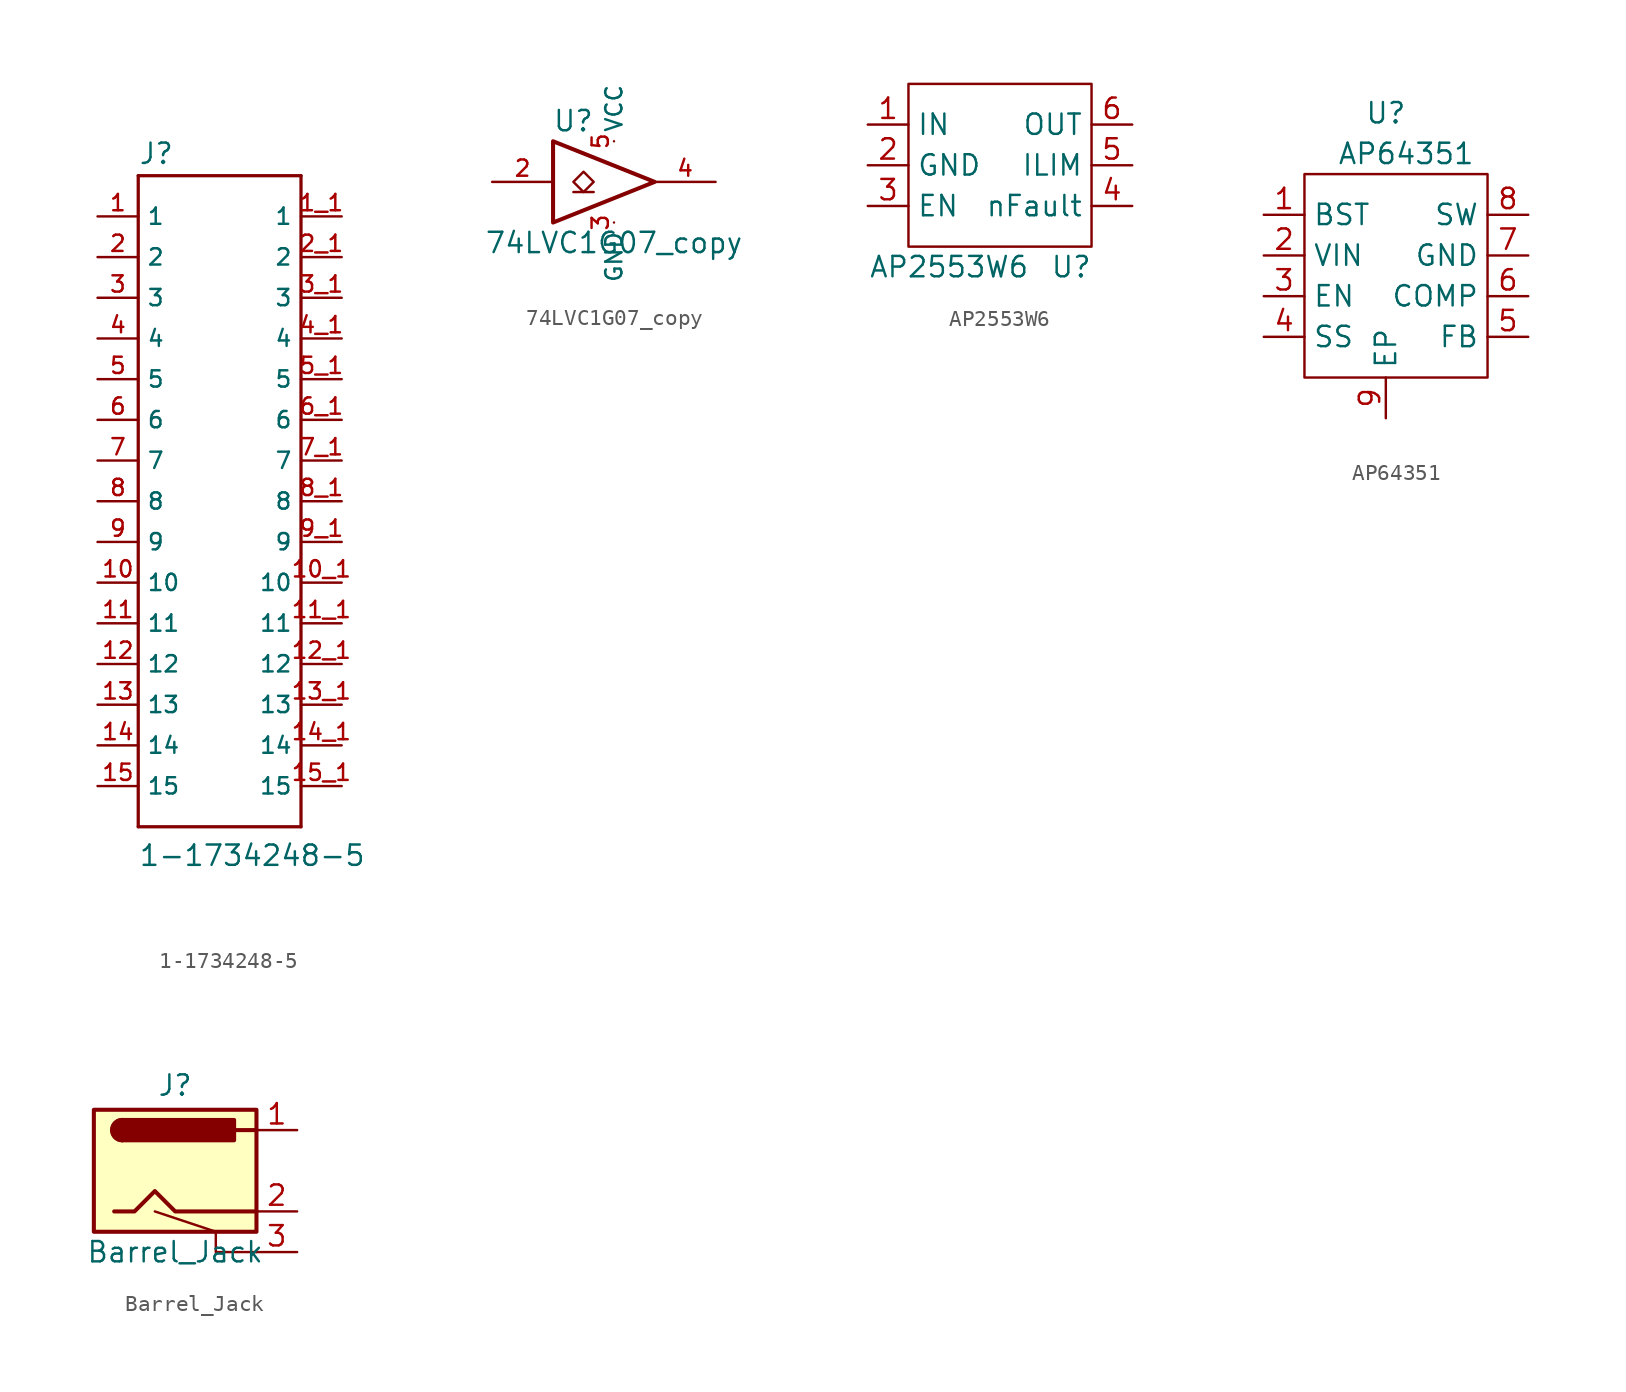
<source format=kicad_sym>
(kicad_symbol_lib
  (version 20201005)
  (generator kicad_symbol_editor)
  (symbol "AP3500:1-1734248-5"
    (property "Reference" "J"
      (at -5.08 20.955 0)
      (effects (font (size 1.27 1.27)) (justify left bottom)))
    (property "Value" "1-1734248-5"
      (at -5.08 -22.86 0)
      (effects (font (size 1.27 1.27)) (justify left bottom)))
    (property "ki_locked" ""
      (at 0 0 0)
      (effects (font (size 1.27 1.27))))
    (symbol "1-1734248-5_0_0"
      (polyline (pts (xy -5.08 -20.32) (xy 5.08 -20.32)) (stroke (width 0.203)) (fill (type none)))
      (polyline (pts (xy -5.08 20.32) (xy -5.08 -20.32)) (stroke (width 0.203)) (fill (type none)))
      (polyline (pts (xy 5.08 -20.32) (xy 5.08 20.32)) (stroke (width 0.203)) (fill (type none)))
      (polyline (pts (xy 5.08 20.32) (xy -5.08 20.32)) (stroke (width 0.203)) (fill (type none)))
      (pin passive line (at -7.62 17.78 0) (length 2.54) (name "1" (effects (font (size 1.016 1.016)))) (number "1" (effects (font (size 1.016 1.016)))))
      (pin passive line (at -7.62 -5.08 0) (length 2.54) (name "10" (effects (font (size 1.016 1.016)))) (number "10" (effects (font (size 1.016 1.016)))))
      (pin passive line (at 7.62 -5.08 180) (length 2.54) (name "10" (effects (font (size 1.016 1.016)))) (number "10_1" (effects (font (size 1.016 1.016)))))
      (pin passive line (at -7.62 -7.62 0) (length 2.54) (name "11" (effects (font (size 1.016 1.016)))) (number "11" (effects (font (size 1.016 1.016)))))
      (pin passive line (at 7.62 -7.62 180) (length 2.54) (name "11" (effects (font (size 1.016 1.016)))) (number "11_1" (effects (font (size 1.016 1.016)))))
      (pin passive line (at -7.62 -10.16 0) (length 2.54) (name "12" (effects (font (size 1.016 1.016)))) (number "12" (effects (font (size 1.016 1.016)))))
      (pin passive line (at 7.62 -10.16 180) (length 2.54) (name "12" (effects (font (size 1.016 1.016)))) (number "12_1" (effects (font (size 1.016 1.016)))))
      (pin passive line (at -7.62 -12.7 0) (length 2.54) (name "13" (effects (font (size 1.016 1.016)))) (number "13" (effects (font (size 1.016 1.016)))))
      (pin passive line (at 7.62 -12.7 180) (length 2.54) (name "13" (effects (font (size 1.016 1.016)))) (number "13_1" (effects (font (size 1.016 1.016)))))
      (pin passive line (at -7.62 -15.24 0) (length 2.54) (name "14" (effects (font (size 1.016 1.016)))) (number "14" (effects (font (size 1.016 1.016)))))
      (pin passive line (at 7.62 -15.24 180) (length 2.54) (name "14" (effects (font (size 1.016 1.016)))) (number "14_1" (effects (font (size 1.016 1.016)))))
      (pin passive line (at -7.62 -17.78 0) (length 2.54) (name "15" (effects (font (size 1.016 1.016)))) (number "15" (effects (font (size 1.016 1.016)))))
      (pin passive line (at 7.62 -17.78 180) (length 2.54) (name "15" (effects (font (size 1.016 1.016)))) (number "15_1" (effects (font (size 1.016 1.016)))))
      (pin passive line (at 7.62 17.78 180) (length 2.54) (name "1" (effects (font (size 1.016 1.016)))) (number "1_1" (effects (font (size 1.016 1.016)))))
      (pin passive line (at -7.62 15.24 0) (length 2.54) (name "2" (effects (font (size 1.016 1.016)))) (number "2" (effects (font (size 1.016 1.016)))))
      (pin passive line (at 7.62 15.24 180) (length 2.54) (name "2" (effects (font (size 1.016 1.016)))) (number "2_1" (effects (font (size 1.016 1.016)))))
      (pin passive line (at -7.62 12.7 0) (length 2.54) (name "3" (effects (font (size 1.016 1.016)))) (number "3" (effects (font (size 1.016 1.016)))))
      (pin passive line (at 7.62 12.7 180) (length 2.54) (name "3" (effects (font (size 1.016 1.016)))) (number "3_1" (effects (font (size 1.016 1.016)))))
      (pin passive line (at -7.62 10.16 0) (length 2.54) (name "4" (effects (font (size 1.016 1.016)))) (number "4" (effects (font (size 1.016 1.016)))))
      (pin passive line (at 7.62 10.16 180) (length 2.54) (name "4" (effects (font (size 1.016 1.016)))) (number "4_1" (effects (font (size 1.016 1.016)))))
      (pin passive line (at -7.62 7.62 0) (length 2.54) (name "5" (effects (font (size 1.016 1.016)))) (number "5" (effects (font (size 1.016 1.016)))))
      (pin passive line (at 7.62 7.62 180) (length 2.54) (name "5" (effects (font (size 1.016 1.016)))) (number "5_1" (effects (font (size 1.016 1.016)))))
      (pin passive line (at -7.62 5.08 0) (length 2.54) (name "6" (effects (font (size 1.016 1.016)))) (number "6" (effects (font (size 1.016 1.016)))))
      (pin passive line (at 7.62 5.08 180) (length 2.54) (name "6" (effects (font (size 1.016 1.016)))) (number "6_1" (effects (font (size 1.016 1.016)))))
      (pin passive line (at -7.62 2.54 0) (length 2.54) (name "7" (effects (font (size 1.016 1.016)))) (number "7" (effects (font (size 1.016 1.016)))))
      (pin passive line (at 7.62 2.54 180) (length 2.54) (name "7" (effects (font (size 1.016 1.016)))) (number "7_1" (effects (font (size 1.016 1.016)))))
      (pin passive line (at -7.62 0 0) (length 2.54) (name "8" (effects (font (size 1.016 1.016)))) (number "8" (effects (font (size 1.016 1.016)))))
      (pin passive line (at 7.62 0 180) (length 2.54) (name "8" (effects (font (size 1.016 1.016)))) (number "8_1" (effects (font (size 1.016 1.016)))))
      (pin passive line (at -7.62 -2.54 0) (length 2.54) (name "9" (effects (font (size 1.016 1.016)))) (number "9" (effects (font (size 1.016 1.016)))))
      (pin passive line (at 7.62 -2.54 180) (length 2.54) (name "9" (effects (font (size 1.016 1.016)))) (number "9_1" (effects (font (size 1.016 1.016)))))))
  (symbol "AP3500:74LVC1G07_copy"
    (property "Reference" "U"
      (at -2.54 3.81 0)
      (effects (font (size 1.27 1.27))))
    (property "Value" "74LVC1G07_copy"
      (at 0 -3.81 0)
      (effects (font (size 1.27 1.27))))
    (symbol "74LVC1G07_copy_0_1"
      (polyline (pts (xy -2.54 -0.635) (xy -1.27 -0.635)) (stroke (width 0)) (fill (type none)))
      (polyline (pts (xy -3.81 2.54) (xy -3.81 -2.54) (xy 2.54 0) (xy -3.81 2.54)) (stroke (width 0.254)) (fill (type none)))
      (polyline (pts (xy -1.905 0.635) (xy -2.54 0) (xy -1.905 -0.635) (xy -1.27 0) (xy -1.905 0.635)) (stroke (width 0)) (fill (type none))))
    (symbol "74LVC1G07_copy_1_1"
      (pin input line (at -7.62 0 0) (length 3.81) (name "~" (effects (font (size 1.016 1.016)))) (number "2" (effects (font (size 1.016 1.016)))))
      (pin power_in line (at 0 -2.54 270) (length 0) (name "GND" (effects (font (size 1.016 1.016)))) (number "3" (effects (font (size 1.016 1.016)))))
      (pin open_collector line (at 6.35 0 180) (length 3.81) (name "~" (effects (font (size 1.016 1.016)))) (number "4" (effects (font (size 1.016 1.016)))))
      (pin power_in line (at 0 2.54 90) (length 0) (name "VCC" (effects (font (size 1.016 1.016)))) (number "5" (effects (font (size 1.016 1.016)))))))
  (symbol "AP3500:AP2553W6"
    (property "Reference" "U"
      (at 3.81 -6.35 0)
      (effects (font (size 1.27 1.27))))
    (property "Value" "AP2553W6"
      (at -3.81 -6.35 0)
      (effects (font (size 1.27 1.27))))
    (symbol "AP2553W6_0_1"
      (rectangle (start -6.35 5.08) (end 5.08 -5.08) (stroke (width 0)) (fill (type none))))
    (symbol "AP2553W6_0_0"
      (pin power_in line (at -8.89 2.54 0) (length 2.54) (name "IN" (effects (font (size 1.27 1.27)))) (number "1" (effects (font (size 1.27 1.27)))))
      (pin power_out line (at -8.89 0 0) (length 2.54) (name "GND" (effects (font (size 1.27 1.27)))) (number "2" (effects (font (size 1.27 1.27)))))
      (pin input line (at -8.89 -2.54 0) (length 2.54) (name "EN" (effects (font (size 1.27 1.27)))) (number "3" (effects (font (size 1.27 1.27)))))
      (pin open_collector line (at 7.62 -2.54 180) (length 2.54) (name "nFault" (effects (font (size 1.27 1.27)))) (number "4" (effects (font (size 1.27 1.27)))))
      (pin passive line (at 7.62 0 180) (length 2.54) (name "ILIM" (effects (font (size 1.27 1.27)))) (number "5" (effects (font (size 1.27 1.27)))))
      (pin power_out line (at 7.62 2.54 180) (length 2.54) (name "OUT" (effects (font (size 1.27 1.27)))) (number "6" (effects (font (size 1.27 1.27)))))))
  (symbol "AP3500:AP64351"
    (property "Reference" "U"
      (at 0 8.89 0)
      (effects (font (size 1.27 1.27))))
    (property "Value" "AP64351"
      (at 1.27 6.35 0)
      (effects (font (size 1.27 1.27))))
    (symbol "AP64351_0_1"
      (rectangle (start -5.08 5.08) (end 6.35 -7.62) (stroke (width 0)) (fill (type none))))
    (symbol "AP64351_1_1"
      (pin passive line (at -7.62 2.54 0) (length 2.54) (name "BST" (effects (font (size 1.27 1.27)))) (number "1" (effects (font (size 1.27 1.27)))))
      (pin power_in line (at -7.62 0 0) (length 2.54) (name "VIN" (effects (font (size 1.27 1.27)))) (number "2" (effects (font (size 1.27 1.27)))))
      (pin input line (at -7.62 -2.54 0) (length 2.54) (name "EN" (effects (font (size 1.27 1.27)))) (number "3" (effects (font (size 1.27 1.27)))))
      (pin input line (at -7.62 -5.08 0) (length 2.54) (name "SS" (effects (font (size 1.27 1.27)))) (number "4" (effects (font (size 1.27 1.27)))))
      (pin input line (at 8.89 -5.08 180) (length 2.54) (name "FB" (effects (font (size 1.27 1.27)))) (number "5" (effects (font (size 1.27 1.27)))))
      (pin input line (at 8.89 -2.54 180) (length 2.54) (name "COMP" (effects (font (size 1.27 1.27)))) (number "6" (effects (font (size 1.27 1.27)))))
      (pin power_in line (at 8.89 0 180) (length 2.54) (name "GND" (effects (font (size 1.27 1.27)))) (number "7" (effects (font (size 1.27 1.27)))))
      (pin output line (at 8.89 2.54 180) (length 2.54) (name "SW" (effects (font (size 1.27 1.27)))) (number "8" (effects (font (size 1.27 1.27)))))
      (pin passive line (at 0 -10.16 90) (length 2.54) (name "EP" (effects (font (size 1.27 1.27)))) (number "9" (effects (font (size 1.27 1.27)))))))
  (symbol "AP3500:Barrel_Jack"
    (property "Reference" "J"
      (at 0 5.334 0)
      (effects (font (size 1.27 1.27))))
    (property "Value" "Barrel_Jack"
      (at 0 -5.08 0)
      (effects (font (size 1.27 1.27))))
    (symbol "Barrel_Jack_0_1"
      (arc (start -3.302 3.175) (end -3.302 1.905) (radius (at -3.302 2.54) (length 0.635) (angles 90.1 -90.1)) (stroke (width 0.254)) (fill (type outline)))
      (arc (start -3.302 3.175) (end -3.302 1.905) (radius (at -3.302 2.54) (length 0.635) (angles 90.1 -90.1)) (stroke (width 0.254)) (fill (type none)))
      (rectangle (start -5.08 3.81) (end 5.08 -3.81) (stroke (width 0.254)) (fill (type background)))
      (rectangle (start 3.683 3.175) (end -3.302 1.905) (stroke (width 0.254)) (fill (type outline)))
      (polyline (pts (xy 5.08 2.54) (xy 3.81 2.54)) (stroke (width 0.254)) (fill (type none)))
      (polyline (pts (xy 5.08 -5.08) (xy 2.54 -5.08) (xy 2.54 -3.81) (xy -1.27 -2.54)) (stroke (width 0)) (fill (type none)))
      (polyline (pts (xy -3.81 -2.54) (xy -2.54 -2.54) (xy -1.27 -1.27) (xy 0 -2.54) (xy 2.54 -2.54) (xy 5.08 -2.54)) (stroke (width 0.254)) (fill (type none))))
    (symbol "Barrel_Jack_1_1"
      (pin passive line (at 7.62 2.54 180) (length 2.54) (name "~" (effects (font (size 1.27 1.27)))) (number "1" (effects (font (size 1.27 1.27)))))
      (pin passive line (at 7.62 -2.54 180) (length 2.54) (name "~" (effects (font (size 1.27 1.27)))) (number "2" (effects (font (size 1.27 1.27)))))
      (pin passive line (at 7.62 -5.08 180) (length 2.54) (name "~" (effects (font (size 1.27 1.27)))) (number "3" (effects (font (size 1.27 1.27))))))))
</source>
